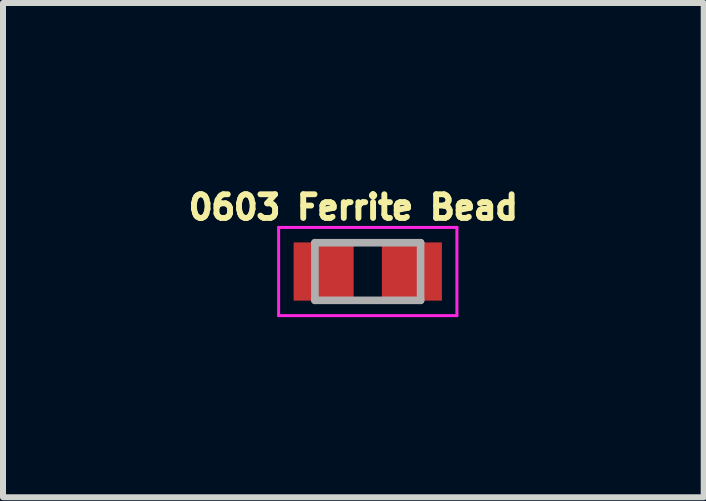
<source format=kicad_pcb>
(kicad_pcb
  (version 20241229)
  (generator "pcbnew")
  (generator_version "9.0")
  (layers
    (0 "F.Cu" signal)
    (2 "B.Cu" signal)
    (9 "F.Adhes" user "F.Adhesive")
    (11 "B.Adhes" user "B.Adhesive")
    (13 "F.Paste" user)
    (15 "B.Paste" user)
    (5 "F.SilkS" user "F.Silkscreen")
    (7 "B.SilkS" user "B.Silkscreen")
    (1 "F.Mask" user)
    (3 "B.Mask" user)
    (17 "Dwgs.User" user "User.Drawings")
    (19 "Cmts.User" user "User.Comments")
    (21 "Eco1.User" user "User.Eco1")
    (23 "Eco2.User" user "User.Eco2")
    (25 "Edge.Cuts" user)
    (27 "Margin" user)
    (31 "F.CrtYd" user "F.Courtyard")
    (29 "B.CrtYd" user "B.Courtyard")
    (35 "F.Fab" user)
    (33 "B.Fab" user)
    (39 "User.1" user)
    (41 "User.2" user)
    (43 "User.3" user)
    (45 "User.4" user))
  (footprint "0603 Ferrite Bead"
    (layer "F.Cu")
    (at 3.076 1.473)
    (property "Reference" "0603 Ferrite Bead" (at -0.24 -1.07 0) (layer "F.SilkS") (effects (font (size 0.394 0.394) (thickness 0.15))))
    (attr smd)
    (fp_line (start -1.485 -0.735) (end 1.485 -0.735) (stroke (width 0.05) (type solid)) (layer "F.CrtYd"))
    (fp_line (start -1.485 0.735) (end -1.485 -0.735) (stroke (width 0.05) (type solid)) (layer "F.CrtYd"))
    (fp_line (start -1.485 0.735) (end 1.485 0.735) (stroke (width 0.05) (type solid)) (layer "F.CrtYd"))
    (fp_line (start 1.485 0.735) (end 1.485 -0.735) (stroke (width 0.05) (type solid)) (layer "F.CrtYd"))
    (fp_line (start -0.88 0.48) (end -0.88 -0.48) (stroke (width 0.127) (type solid)) (layer "F.Fab"))
    (fp_line (start 0.88 -0.48) (end -0.88 -0.48) (stroke (width 0.127) (type solid)) (layer "F.Fab"))
    (fp_line (start 0.88 0.48) (end -0.88 0.48) (stroke (width 0.127) (type solid)) (layer "F.Fab"))
    (fp_line (start 0.88 0.48) (end 0.88 -0.48) (stroke (width 0.127) (type solid)) (layer "F.Fab"))
    (pad "1" smd rect (at -0.735 0) (size 1 0.97) (layers "F.Cu" "F.Mask" "F.Paste"))
    (pad "2" smd rect (at 0.735 0) (size 1 0.97) (layers "F.Cu" "F.Mask" "F.Paste")))
  (gr_rect
    (start -3 -3)
    (end 8.672 5.233)
    (stroke (width 0.1) (type default))
    (fill no)
    (layer "Edge.Cuts")))
</source>
